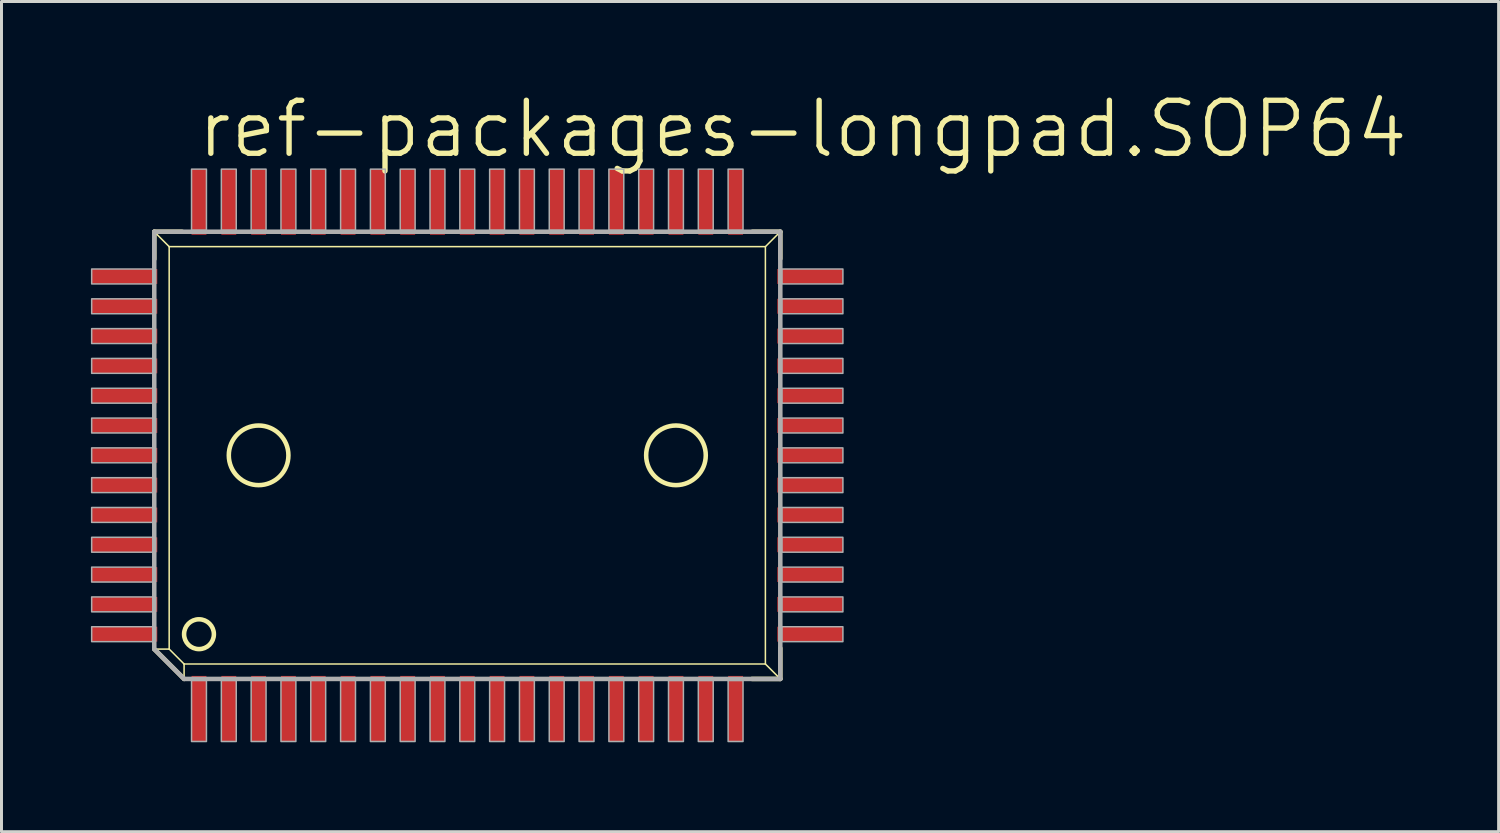
<source format=kicad_pcb>
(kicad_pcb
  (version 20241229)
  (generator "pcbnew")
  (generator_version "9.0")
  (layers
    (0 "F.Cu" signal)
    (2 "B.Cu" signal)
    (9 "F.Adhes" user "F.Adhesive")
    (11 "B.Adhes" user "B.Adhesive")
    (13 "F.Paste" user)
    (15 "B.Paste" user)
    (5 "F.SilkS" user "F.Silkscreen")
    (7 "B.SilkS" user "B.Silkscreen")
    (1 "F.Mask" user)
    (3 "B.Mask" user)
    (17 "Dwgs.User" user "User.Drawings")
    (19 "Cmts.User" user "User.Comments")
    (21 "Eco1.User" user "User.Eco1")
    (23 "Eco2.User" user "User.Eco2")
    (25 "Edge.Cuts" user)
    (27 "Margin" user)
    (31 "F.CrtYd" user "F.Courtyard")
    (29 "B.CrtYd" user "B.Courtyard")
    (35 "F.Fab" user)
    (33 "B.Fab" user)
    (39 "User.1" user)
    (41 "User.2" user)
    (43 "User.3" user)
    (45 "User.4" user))
  (footprint "ref-packages-longpad.SOP64"
    (layer "F.Cu")
    (at 12.625 12.224)
    (property "Reference" "ref-packages-longpad.SOP64" (at -9.144 -9.906 0) (layer "F.SilkS") (effects (font (size 1.778 1.778) (thickness 0.18)) (justify left bottom)))
    (attr smd)
    (fp_line (start -10.5 -7.5) (end -10 -7) (stroke (width 0.051) (type default)) (layer "F.SilkS"))
    (fp_line (start -10.5 -7.5) (end -9.566 -7.5) (stroke (width 0.152) (type default)) (layer "F.SilkS"))
    (fp_line (start -10.5 -6.581) (end -10.5 -7.5) (stroke (width 0.152) (type default)) (layer "F.SilkS"))
    (fp_line (start -10.5 6.5) (end -10 6.5) (stroke (width 0.051) (type default)) (layer "F.SilkS"))
    (fp_line (start -10 -7) (end 10 -7) (stroke (width 0.051) (type default)) (layer "F.SilkS"))
    (fp_line (start -10 6.5) (end -10 -7) (stroke (width 0.051) (type default)) (layer "F.SilkS"))
    (fp_line (start -9.5 7) (end -10 6.5) (stroke (width 0.051) (type default)) (layer "F.SilkS"))
    (fp_line (start -9.5 7.5) (end -10.5 6.5) (stroke (width 0.152) (type default)) (layer "F.SilkS"))
    (fp_line (start -9.5 7.5) (end -9.5 7) (stroke (width 0.051) (type default)) (layer "F.SilkS"))
    (fp_line (start 9.566 -7.5) (end 10.5 -7.5) (stroke (width 0.152) (type default)) (layer "F.SilkS"))
    (fp_line (start 10 -7) (end 10 7) (stroke (width 0.051) (type default)) (layer "F.SilkS"))
    (fp_line (start 10 7) (end -9.5 7) (stroke (width 0.051) (type default)) (layer "F.SilkS"))
    (fp_line (start 10.5 -7.5) (end 10 -7) (stroke (width 0.051) (type default)) (layer "F.SilkS"))
    (fp_line (start 10.5 -7.5) (end 10.5 -6.597) (stroke (width 0.152) (type default)) (layer "F.SilkS"))
    (fp_line (start 10.5 6.47) (end 10.5 7.5) (stroke (width 0.152) (type default)) (layer "F.SilkS"))
    (fp_line (start 10.5 7.5) (end 9.55 7.5) (stroke (width 0.152) (type default)) (layer "F.SilkS"))
    (fp_line (start 10.5 7.5) (end 10 7) (stroke (width 0.051) (type default)) (layer "F.SilkS"))
    (fp_circle (center -9 6) (end -8.5 6) (stroke (width 0.152) (type default)) (fill no) (layer "F.SilkS"))
    (fp_circle (center -7 0) (end -6 0) (stroke (width 0.152) (type default)) (fill no) (layer "F.SilkS"))
    (fp_circle (center 7 0) (end 8 0) (stroke (width 0.152) (type default)) (fill no) (layer "F.SilkS"))
    (fp_line (start -10.5 -7.5) (end 10.5 -7.5) (stroke (width 0.152) (type default)) (layer "F.Fab"))
    (fp_line (start -10.5 6.5) (end -10.5 -7.5) (stroke (width 0.152) (type default)) (layer "F.Fab"))
    (fp_line (start -9.5 7.5) (end -10.5 6.5) (stroke (width 0.152) (type default)) (layer "F.Fab"))
    (fp_line (start 10.5 -7.5) (end 10.5 7.5) (stroke (width 0.152) (type default)) (layer "F.Fab"))
    (fp_line (start 10.5 7.5) (end -9.5 7.5) (stroke (width 0.152) (type default)) (layer "F.Fab"))
    (fp_rect (start -12.6 -5.75) (end -10.55 -6.25) (stroke (width 0.05) (type default)) (fill no) (layer "F.Fab"))
    (fp_rect (start -12.6 -4.75) (end -10.55 -5.25) (stroke (width 0.05) (type default)) (fill no) (layer "F.Fab"))
    (fp_rect (start -12.6 -3.75) (end -10.55 -4.25) (stroke (width 0.05) (type default)) (fill no) (layer "F.Fab"))
    (fp_rect (start -12.6 -2.75) (end -10.55 -3.25) (stroke (width 0.05) (type default)) (fill no) (layer "F.Fab"))
    (fp_rect (start -12.6 -1.75) (end -10.55 -2.25) (stroke (width 0.05) (type default)) (fill no) (layer "F.Fab"))
    (fp_rect (start -12.6 -0.75) (end -10.55 -1.25) (stroke (width 0.05) (type default)) (fill no) (layer "F.Fab"))
    (fp_rect (start -12.6 0.25) (end -10.55 -0.25) (stroke (width 0.05) (type default)) (fill no) (layer "F.Fab"))
    (fp_rect (start -12.6 1.25) (end -10.55 0.75) (stroke (width 0.05) (type default)) (fill no) (layer "F.Fab"))
    (fp_rect (start -12.6 2.25) (end -10.55 1.75) (stroke (width 0.05) (type default)) (fill no) (layer "F.Fab"))
    (fp_rect (start -12.6 3.25) (end -10.55 2.75) (stroke (width 0.05) (type default)) (fill no) (layer "F.Fab"))
    (fp_rect (start -12.6 4.25) (end -10.55 3.75) (stroke (width 0.05) (type default)) (fill no) (layer "F.Fab"))
    (fp_rect (start -12.6 5.25) (end -10.55 4.75) (stroke (width 0.05) (type default)) (fill no) (layer "F.Fab"))
    (fp_rect (start -12.6 6.25) (end -10.55 5.75) (stroke (width 0.05) (type default)) (fill no) (layer "F.Fab"))
    (fp_rect (start -9.25 -7.55) (end -8.75 -9.6) (stroke (width 0.05) (type default)) (fill no) (layer "F.Fab"))
    (fp_rect (start -9.25 9.6) (end -8.75 7.55) (stroke (width 0.05) (type default)) (fill no) (layer "F.Fab"))
    (fp_rect (start -8.25 -7.55) (end -7.75 -9.6) (stroke (width 0.05) (type default)) (fill no) (layer "F.Fab"))
    (fp_rect (start -8.25 9.6) (end -7.75 7.55) (stroke (width 0.05) (type default)) (fill no) (layer "F.Fab"))
    (fp_rect (start -7.25 -7.55) (end -6.75 -9.6) (stroke (width 0.05) (type default)) (fill no) (layer "F.Fab"))
    (fp_rect (start -7.25 9.6) (end -6.75 7.55) (stroke (width 0.05) (type default)) (fill no) (layer "F.Fab"))
    (fp_rect (start -6.25 -7.55) (end -5.75 -9.6) (stroke (width 0.05) (type default)) (fill no) (layer "F.Fab"))
    (fp_rect (start -6.25 9.6) (end -5.75 7.55) (stroke (width 0.05) (type default)) (fill no) (layer "F.Fab"))
    (fp_rect (start -5.25 -7.55) (end -4.75 -9.6) (stroke (width 0.05) (type default)) (fill no) (layer "F.Fab"))
    (fp_rect (start -5.25 9.6) (end -4.75 7.55) (stroke (width 0.05) (type default)) (fill no) (layer "F.Fab"))
    (fp_rect (start -4.25 -7.55) (end -3.75 -9.6) (stroke (width 0.05) (type default)) (fill no) (layer "F.Fab"))
    (fp_rect (start -4.25 9.6) (end -3.75 7.55) (stroke (width 0.05) (type default)) (fill no) (layer "F.Fab"))
    (fp_rect (start -3.25 -7.55) (end -2.75 -9.6) (stroke (width 0.05) (type default)) (fill no) (layer "F.Fab"))
    (fp_rect (start -3.25 9.6) (end -2.75 7.55) (stroke (width 0.05) (type default)) (fill no) (layer "F.Fab"))
    (fp_rect (start -2.25 -7.55) (end -1.75 -9.6) (stroke (width 0.05) (type default)) (fill no) (layer "F.Fab"))
    (fp_rect (start -2.25 9.6) (end -1.75 7.55) (stroke (width 0.05) (type default)) (fill no) (layer "F.Fab"))
    (fp_rect (start -1.25 -7.55) (end -0.75 -9.6) (stroke (width 0.05) (type default)) (fill no) (layer "F.Fab"))
    (fp_rect (start -1.25 9.6) (end -0.75 7.55) (stroke (width 0.05) (type default)) (fill no) (layer "F.Fab"))
    (fp_rect (start -0.25 -7.55) (end 0.25 -9.6) (stroke (width 0.05) (type default)) (fill no) (layer "F.Fab"))
    (fp_rect (start -0.25 9.6) (end 0.25 7.55) (stroke (width 0.05) (type default)) (fill no) (layer "F.Fab"))
    (fp_rect (start 0.75 -7.55) (end 1.25 -9.6) (stroke (width 0.05) (type default)) (fill no) (layer "F.Fab"))
    (fp_rect (start 0.75 9.6) (end 1.25 7.55) (stroke (width 0.05) (type default)) (fill no) (layer "F.Fab"))
    (fp_rect (start 1.75 -7.55) (end 2.25 -9.6) (stroke (width 0.05) (type default)) (fill no) (layer "F.Fab"))
    (fp_rect (start 1.75 9.6) (end 2.25 7.55) (stroke (width 0.05) (type default)) (fill no) (layer "F.Fab"))
    (fp_rect (start 2.75 -7.55) (end 3.25 -9.6) (stroke (width 0.05) (type default)) (fill no) (layer "F.Fab"))
    (fp_rect (start 2.75 9.6) (end 3.25 7.55) (stroke (width 0.05) (type default)) (fill no) (layer "F.Fab"))
    (fp_rect (start 3.75 -7.55) (end 4.25 -9.6) (stroke (width 0.05) (type default)) (fill no) (layer "F.Fab"))
    (fp_rect (start 3.75 9.6) (end 4.25 7.55) (stroke (width 0.05) (type default)) (fill no) (layer "F.Fab"))
    (fp_rect (start 4.75 -7.55) (end 5.25 -9.6) (stroke (width 0.05) (type default)) (fill no) (layer "F.Fab"))
    (fp_rect (start 4.75 9.6) (end 5.25 7.55) (stroke (width 0.05) (type default)) (fill no) (layer "F.Fab"))
    (fp_rect (start 5.75 -7.55) (end 6.25 -9.6) (stroke (width 0.05) (type default)) (fill no) (layer "F.Fab"))
    (fp_rect (start 5.75 9.6) (end 6.25 7.55) (stroke (width 0.05) (type default)) (fill no) (layer "F.Fab"))
    (fp_rect (start 6.75 -7.55) (end 7.25 -9.6) (stroke (width 0.05) (type default)) (fill no) (layer "F.Fab"))
    (fp_rect (start 6.75 9.6) (end 7.25 7.55) (stroke (width 0.05) (type default)) (fill no) (layer "F.Fab"))
    (fp_rect (start 7.75 -7.55) (end 8.25 -9.6) (stroke (width 0.05) (type default)) (fill no) (layer "F.Fab"))
    (fp_rect (start 7.75 9.6) (end 8.25 7.55) (stroke (width 0.05) (type default)) (fill no) (layer "F.Fab"))
    (fp_rect (start 8.75 -7.55) (end 9.25 -9.6) (stroke (width 0.05) (type default)) (fill no) (layer "F.Fab"))
    (fp_rect (start 8.75 9.6) (end 9.25 7.55) (stroke (width 0.05) (type default)) (fill no) (layer "F.Fab"))
    (fp_rect (start 10.55 -5.75) (end 12.6 -6.25) (stroke (width 0.05) (type default)) (fill no) (layer "F.Fab"))
    (fp_rect (start 10.55 -4.75) (end 12.6 -5.25) (stroke (width 0.05) (type default)) (fill no) (layer "F.Fab"))
    (fp_rect (start 10.55 -3.75) (end 12.6 -4.25) (stroke (width 0.05) (type default)) (fill no) (layer "F.Fab"))
    (fp_rect (start 10.55 -2.75) (end 12.6 -3.25) (stroke (width 0.05) (type default)) (fill no) (layer "F.Fab"))
    (fp_rect (start 10.55 -1.75) (end 12.6 -2.25) (stroke (width 0.05) (type default)) (fill no) (layer "F.Fab"))
    (fp_rect (start 10.55 -0.75) (end 12.6 -1.25) (stroke (width 0.05) (type default)) (fill no) (layer "F.Fab"))
    (fp_rect (start 10.55 0.25) (end 12.6 -0.25) (stroke (width 0.05) (type default)) (fill no) (layer "F.Fab"))
    (fp_rect (start 10.55 1.25) (end 12.6 0.75) (stroke (width 0.05) (type default)) (fill no) (layer "F.Fab"))
    (fp_rect (start 10.55 2.25) (end 12.6 1.75) (stroke (width 0.05) (type default)) (fill no) (layer "F.Fab"))
    (fp_rect (start 10.55 3.25) (end 12.6 2.75) (stroke (width 0.05) (type default)) (fill no) (layer "F.Fab"))
    (fp_rect (start 10.55 4.25) (end 12.6 3.75) (stroke (width 0.05) (type default)) (fill no) (layer "F.Fab"))
    (fp_rect (start 10.55 5.25) (end 12.6 4.75) (stroke (width 0.05) (type default)) (fill no) (layer "F.Fab"))
    (fp_rect (start 10.55 6.25) (end 12.6 5.75) (stroke (width 0.05) (type default)) (fill no) (layer "F.Fab"))
    (pad "1" smd roundrect (at -9 8.5) (size 0.5 2.2) (layers "F.Cu" "F.Mask" "F.Paste") (roundrect_rratio 0.01))
    (pad "2" smd roundrect (at -8 8.5) (size 0.5 2.2) (layers "F.Cu" "F.Mask" "F.Paste") (roundrect_rratio 0.01))
    (pad "3" smd roundrect (at -7 8.5) (size 0.5 2.2) (layers "F.Cu" "F.Mask" "F.Paste") (roundrect_rratio 0.01))
    (pad "4" smd roundrect (at -6 8.5) (size 0.5 2.2) (layers "F.Cu" "F.Mask" "F.Paste") (roundrect_rratio 0.01))
    (pad "5" smd roundrect (at -5 8.5) (size 0.5 2.2) (layers "F.Cu" "F.Mask" "F.Paste") (roundrect_rratio 0.01))
    (pad "6" smd roundrect (at -4 8.5) (size 0.5 2.2) (layers "F.Cu" "F.Mask" "F.Paste") (roundrect_rratio 0.01))
    (pad "7" smd roundrect (at -3 8.5) (size 0.5 2.2) (layers "F.Cu" "F.Mask" "F.Paste") (roundrect_rratio 0.01))
    (pad "8" smd roundrect (at -2 8.5) (size 0.5 2.2) (layers "F.Cu" "F.Mask" "F.Paste") (roundrect_rratio 0.01))
    (pad "9" smd roundrect (at -1 8.5) (size 0.5 2.2) (layers "F.Cu" "F.Mask" "F.Paste") (roundrect_rratio 0.01))
    (pad "10" smd roundrect (at 0 8.5) (size 0.5 2.2) (layers "F.Cu" "F.Mask" "F.Paste") (roundrect_rratio 0.01))
    (pad "11" smd roundrect (at 1 8.5) (size 0.5 2.2) (layers "F.Cu" "F.Mask" "F.Paste") (roundrect_rratio 0.01))
    (pad "12" smd roundrect (at 2 8.5) (size 0.5 2.2) (layers "F.Cu" "F.Mask" "F.Paste") (roundrect_rratio 0.01))
    (pad "13" smd roundrect (at 3 8.5) (size 0.5 2.2) (layers "F.Cu" "F.Mask" "F.Paste") (roundrect_rratio 0.01))
    (pad "14" smd roundrect (at 4 8.5) (size 0.5 2.2) (layers "F.Cu" "F.Mask" "F.Paste") (roundrect_rratio 0.01))
    (pad "15" smd roundrect (at 5 8.5) (size 0.5 2.2) (layers "F.Cu" "F.Mask" "F.Paste") (roundrect_rratio 0.01))
    (pad "16" smd roundrect (at 6 8.5) (size 0.5 2.2) (layers "F.Cu" "F.Mask" "F.Paste") (roundrect_rratio 0.01))
    (pad "17" smd roundrect (at 7 8.5) (size 0.5 2.2) (layers "F.Cu" "F.Mask" "F.Paste") (roundrect_rratio 0.01))
    (pad "18" smd roundrect (at 8 8.5) (size 0.5 2.2) (layers "F.Cu" "F.Mask" "F.Paste") (roundrect_rratio 0.01))
    (pad "19" smd roundrect (at 9 8.5) (size 0.5 2.2) (layers "F.Cu" "F.Mask" "F.Paste") (roundrect_rratio 0.01))
    (pad "20" smd roundrect (at 11.5 6) (size 2.2 0.5) (layers "F.Cu" "F.Mask" "F.Paste") (roundrect_rratio 0.01))
    (pad "21" smd roundrect (at 11.5 5) (size 2.2 0.5) (layers "F.Cu" "F.Mask" "F.Paste") (roundrect_rratio 0.01))
    (pad "22" smd roundrect (at 11.5 4) (size 2.2 0.5) (layers "F.Cu" "F.Mask" "F.Paste") (roundrect_rratio 0.01))
    (pad "23" smd roundrect (at 11.5 3) (size 2.2 0.5) (layers "F.Cu" "F.Mask" "F.Paste") (roundrect_rratio 0.01))
    (pad "24" smd roundrect (at 11.5 2) (size 2.2 0.5) (layers "F.Cu" "F.Mask" "F.Paste") (roundrect_rratio 0.01))
    (pad "25" smd roundrect (at 11.5 1) (size 2.2 0.5) (layers "F.Cu" "F.Mask" "F.Paste") (roundrect_rratio 0.01))
    (pad "26" smd roundrect (at 11.5 0) (size 2.2 0.5) (layers "F.Cu" "F.Mask" "F.Paste") (roundrect_rratio 0.01))
    (pad "27" smd roundrect (at 11.5 -1) (size 2.2 0.5) (layers "F.Cu" "F.Mask" "F.Paste") (roundrect_rratio 0.01))
    (pad "28" smd roundrect (at 11.5 -2) (size 2.2 0.5) (layers "F.Cu" "F.Mask" "F.Paste") (roundrect_rratio 0.01))
    (pad "29" smd roundrect (at 11.5 -3) (size 2.2 0.5) (layers "F.Cu" "F.Mask" "F.Paste") (roundrect_rratio 0.01))
    (pad "30" smd roundrect (at 11.5 -4) (size 2.2 0.5) (layers "F.Cu" "F.Mask" "F.Paste") (roundrect_rratio 0.01))
    (pad "31" smd roundrect (at 11.5 -5) (size 2.2 0.5) (layers "F.Cu" "F.Mask" "F.Paste") (roundrect_rratio 0.01))
    (pad "32" smd roundrect (at 11.5 -6) (size 2.2 0.5) (layers "F.Cu" "F.Mask" "F.Paste") (roundrect_rratio 0.01))
    (pad "33" smd roundrect (at 9 -8.5) (size 0.5 2.2) (layers "F.Cu" "F.Mask" "F.Paste") (roundrect_rratio 0.01))
    (pad "34" smd roundrect (at 8 -8.5) (size 0.5 2.2) (layers "F.Cu" "F.Mask" "F.Paste") (roundrect_rratio 0.01))
    (pad "35" smd roundrect (at 7 -8.5) (size 0.5 2.2) (layers "F.Cu" "F.Mask" "F.Paste") (roundrect_rratio 0.01))
    (pad "36" smd roundrect (at 6 -8.5) (size 0.5 2.2) (layers "F.Cu" "F.Mask" "F.Paste") (roundrect_rratio 0.01))
    (pad "37" smd roundrect (at 5 -8.5) (size 0.5 2.2) (layers "F.Cu" "F.Mask" "F.Paste") (roundrect_rratio 0.01))
    (pad "38" smd roundrect (at 4 -8.5) (size 0.5 2.2) (layers "F.Cu" "F.Mask" "F.Paste") (roundrect_rratio 0.01))
    (pad "39" smd roundrect (at 3 -8.5) (size 0.5 2.2) (layers "F.Cu" "F.Mask" "F.Paste") (roundrect_rratio 0.01))
    (pad "40" smd roundrect (at 2 -8.5) (size 0.5 2.2) (layers "F.Cu" "F.Mask" "F.Paste") (roundrect_rratio 0.01))
    (pad "41" smd roundrect (at 1 -8.5) (size 0.5 2.2) (layers "F.Cu" "F.Mask" "F.Paste") (roundrect_rratio 0.01))
    (pad "42" smd roundrect (at 0 -8.5) (size 0.5 2.2) (layers "F.Cu" "F.Mask" "F.Paste") (roundrect_rratio 0.01))
    (pad "43" smd roundrect (at -1 -8.5) (size 0.5 2.2) (layers "F.Cu" "F.Mask" "F.Paste") (roundrect_rratio 0.01))
    (pad "44" smd roundrect (at -2 -8.5) (size 0.5 2.2) (layers "F.Cu" "F.Mask" "F.Paste") (roundrect_rratio 0.01))
    (pad "45" smd roundrect (at -3 -8.5) (size 0.5 2.2) (layers "F.Cu" "F.Mask" "F.Paste") (roundrect_rratio 0.01))
    (pad "46" smd roundrect (at -4 -8.5) (size 0.5 2.2) (layers "F.Cu" "F.Mask" "F.Paste") (roundrect_rratio 0.01))
    (pad "47" smd roundrect (at -5 -8.5) (size 0.5 2.2) (layers "F.Cu" "F.Mask" "F.Paste") (roundrect_rratio 0.01))
    (pad "48" smd roundrect (at -6 -8.5) (size 0.5 2.2) (layers "F.Cu" "F.Mask" "F.Paste") (roundrect_rratio 0.01))
    (pad "49" smd roundrect (at -7 -8.5) (size 0.5 2.2) (layers "F.Cu" "F.Mask" "F.Paste") (roundrect_rratio 0.01))
    (pad "50" smd roundrect (at -8 -8.5) (size 0.5 2.2) (layers "F.Cu" "F.Mask" "F.Paste") (roundrect_rratio 0.01))
    (pad "51" smd roundrect (at -9 -8.5) (size 0.5 2.2) (layers "F.Cu" "F.Mask" "F.Paste") (roundrect_rratio 0.01))
    (pad "52" smd roundrect (at -11.5 -6) (size 2.2 0.5) (layers "F.Cu" "F.Mask" "F.Paste") (roundrect_rratio 0.01))
    (pad "53" smd roundrect (at -11.5 -5) (size 2.2 0.5) (layers "F.Cu" "F.Mask" "F.Paste") (roundrect_rratio 0.01))
    (pad "54" smd roundrect (at -11.5 -4) (size 2.2 0.5) (layers "F.Cu" "F.Mask" "F.Paste") (roundrect_rratio 0.01))
    (pad "55" smd roundrect (at -11.5 -3) (size 2.2 0.5) (layers "F.Cu" "F.Mask" "F.Paste") (roundrect_rratio 0.01))
    (pad "56" smd roundrect (at -11.5 -2) (size 2.2 0.5) (layers "F.Cu" "F.Mask" "F.Paste") (roundrect_rratio 0.01))
    (pad "57" smd roundrect (at -11.5 -1) (size 2.2 0.5) (layers "F.Cu" "F.Mask" "F.Paste") (roundrect_rratio 0.01))
    (pad "58" smd roundrect (at -11.5 0) (size 2.2 0.5) (layers "F.Cu" "F.Mask" "F.Paste") (roundrect_rratio 0.01))
    (pad "59" smd roundrect (at -11.5 1) (size 2.2 0.5) (layers "F.Cu" "F.Mask" "F.Paste") (roundrect_rratio 0.01))
    (pad "60" smd roundrect (at -11.5 2) (size 2.2 0.5) (layers "F.Cu" "F.Mask" "F.Paste") (roundrect_rratio 0.01))
    (pad "61" smd roundrect (at -11.5 3) (size 2.2 0.5) (layers "F.Cu" "F.Mask" "F.Paste") (roundrect_rratio 0.01))
    (pad "62" smd roundrect (at -11.5 4) (size 2.2 0.5) (layers "F.Cu" "F.Mask" "F.Paste") (roundrect_rratio 0.01))
    (pad "63" smd roundrect (at -11.5 5) (size 2.2 0.5) (layers "F.Cu" "F.Mask" "F.Paste") (roundrect_rratio 0.01))
    (pad "64" smd roundrect (at -11.5 6) (size 2.2 0.5) (layers "F.Cu" "F.Mask" "F.Paste") (roundrect_rratio 0.01)))
  (gr_rect
    (start -3 -3)
    (end 47.221 24.849)
    (stroke (width 0.1) (type default))
    (fill no)
    (layer "Edge.Cuts")))
</source>
